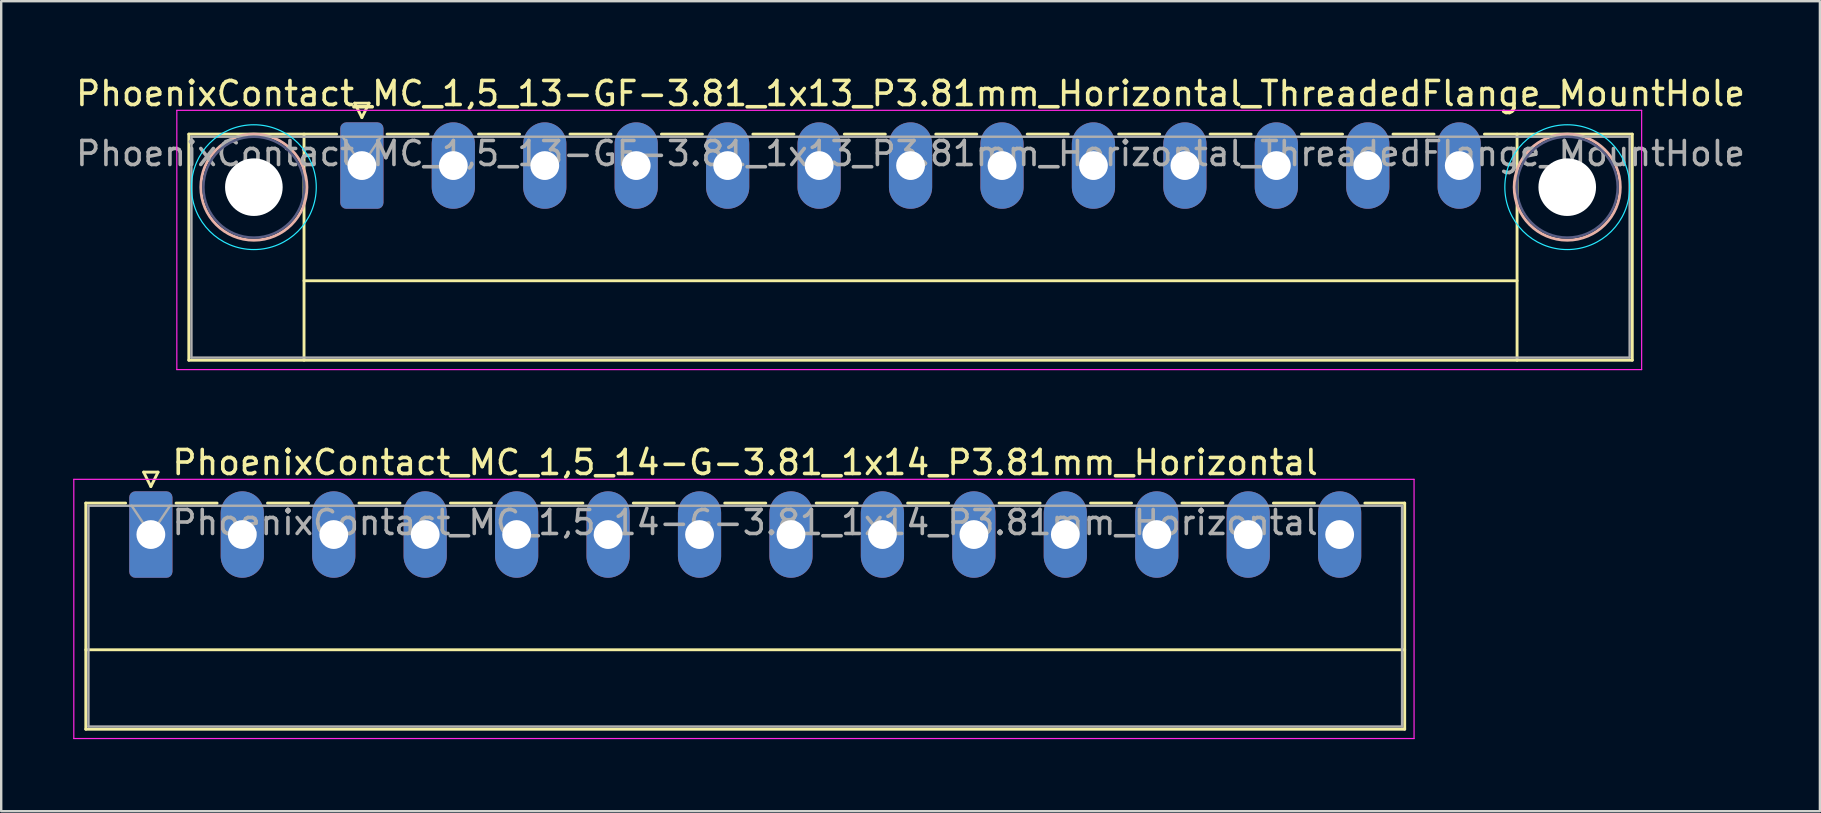
<source format=kicad_pcb>
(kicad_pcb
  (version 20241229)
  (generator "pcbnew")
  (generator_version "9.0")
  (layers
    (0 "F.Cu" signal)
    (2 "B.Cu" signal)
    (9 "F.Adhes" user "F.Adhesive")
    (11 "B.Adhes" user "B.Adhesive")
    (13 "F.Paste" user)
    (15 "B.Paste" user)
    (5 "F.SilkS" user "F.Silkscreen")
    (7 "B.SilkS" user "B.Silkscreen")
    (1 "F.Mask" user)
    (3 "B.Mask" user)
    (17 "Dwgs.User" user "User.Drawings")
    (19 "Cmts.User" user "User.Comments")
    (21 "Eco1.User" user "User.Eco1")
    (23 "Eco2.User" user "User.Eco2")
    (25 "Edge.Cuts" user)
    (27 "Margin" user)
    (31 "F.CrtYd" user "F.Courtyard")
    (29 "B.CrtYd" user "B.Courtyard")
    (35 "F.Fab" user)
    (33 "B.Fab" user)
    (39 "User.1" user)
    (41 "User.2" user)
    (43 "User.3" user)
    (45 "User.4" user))
  (footprint "PhoenixContact_MC_1,5_13-GF-3.81_1x13_P3.81mm_Horizontal_ThreadedFlange_MountHole"
    (layer "F.Cu")
    (at 12.027 3.848)
    (property "Reference" "PhoenixContact_MC_1,5_13-GF-3.81_1x13_P3.81mm_Horizontal_ThreadedFlange_MountHole" (at 22.86 -3 0) (layer "F.SilkS") (effects (font (size 1 1) (thickness 0.15))))
    (attr through_hole)
    (fp_line (start -7.21 -1.31) (end -7.21 8.11) (stroke (width 0.12) (type solid)) (layer "F.SilkS"))
    (fp_line (start -7.21 -1.31) (end -1.05 -1.31) (stroke (width 0.12) (type solid)) (layer "F.SilkS"))
    (fp_line (start -7.21 8.11) (end 52.93 8.11) (stroke (width 0.12) (type solid)) (layer "F.SilkS"))
    (fp_line (start -2.41 -1.31) (end -2.41 8.11) (stroke (width 0.12) (type solid)) (layer "F.SilkS"))
    (fp_line (start -2.41 4.8) (end 48.13 4.8) (stroke (width 0.12) (type solid)) (layer "F.SilkS"))
    (fp_line (start -0.3 -2.6) (end 0.3 -2.6) (stroke (width 0.12) (type solid)) (layer "F.SilkS"))
    (fp_line (start 0 -2) (end -0.3 -2.6) (stroke (width 0.12) (type solid)) (layer "F.SilkS"))
    (fp_line (start 0.3 -2.6) (end 0 -2) (stroke (width 0.12) (type solid)) (layer "F.SilkS"))
    (fp_line (start 1.05 -1.31) (end 2.76 -1.31) (stroke (width 0.12) (type solid)) (layer "F.SilkS"))
    (fp_line (start 4.86 -1.31) (end 6.57 -1.31) (stroke (width 0.12) (type solid)) (layer "F.SilkS"))
    (fp_line (start 8.67 -1.31) (end 10.38 -1.31) (stroke (width 0.12) (type solid)) (layer "F.SilkS"))
    (fp_line (start 12.48 -1.31) (end 14.19 -1.31) (stroke (width 0.12) (type solid)) (layer "F.SilkS"))
    (fp_line (start 16.29 -1.31) (end 18 -1.31) (stroke (width 0.12) (type solid)) (layer "F.SilkS"))
    (fp_line (start 20.1 -1.31) (end 21.81 -1.31) (stroke (width 0.12) (type solid)) (layer "F.SilkS"))
    (fp_line (start 23.91 -1.31) (end 25.62 -1.31) (stroke (width 0.12) (type solid)) (layer "F.SilkS"))
    (fp_line (start 27.72 -1.31) (end 29.43 -1.31) (stroke (width 0.12) (type solid)) (layer "F.SilkS"))
    (fp_line (start 31.53 -1.31) (end 33.24 -1.31) (stroke (width 0.12) (type solid)) (layer "F.SilkS"))
    (fp_line (start 35.34 -1.31) (end 37.05 -1.31) (stroke (width 0.12) (type solid)) (layer "F.SilkS"))
    (fp_line (start 39.15 -1.31) (end 40.86 -1.31) (stroke (width 0.12) (type solid)) (layer "F.SilkS"))
    (fp_line (start 42.96 -1.31) (end 44.67 -1.31) (stroke (width 0.12) (type solid)) (layer "F.SilkS"))
    (fp_line (start 48.13 -1.31) (end 48.13 8.11) (stroke (width 0.12) (type solid)) (layer "F.SilkS"))
    (fp_line (start 52.93 -1.31) (end 46.77 -1.31) (stroke (width 0.12) (type solid)) (layer "F.SilkS"))
    (fp_line (start 52.93 8.11) (end 52.93 -1.31) (stroke (width 0.12) (type solid)) (layer "F.SilkS"))
    (fp_circle (center -4.5 0.9) (end -2.29 0.9) (stroke (width 0.12) (type solid)) (fill no) (layer "B.SilkS"))
    (fp_circle (center 50.22 0.9) (end 52.43 0.9) (stroke (width 0.12) (type solid)) (fill no) (layer "B.SilkS"))
    (fp_circle (center -4.5 0.9) (end -1.9 0.9) (stroke (width 0.05) (type solid)) (fill no) (layer "B.CrtYd"))
    (fp_circle (center 50.22 0.9) (end 52.82 0.9) (stroke (width 0.05) (type solid)) (fill no) (layer "B.CrtYd"))
    (fp_line (start -7.71 -2.3) (end -7.71 8.5) (stroke (width 0.05) (type solid)) (layer "F.CrtYd"))
    (fp_line (start -7.71 8.5) (end 53.32 8.5) (stroke (width 0.05) (type solid)) (layer "F.CrtYd"))
    (fp_line (start 53.32 -2.3) (end -7.71 -2.3) (stroke (width 0.05) (type solid)) (layer "F.CrtYd"))
    (fp_line (start 53.32 8.5) (end 53.32 -2.3) (stroke (width 0.05) (type solid)) (layer "F.CrtYd"))
    (fp_circle (center -4.5 0.9) (end -2.4 0.9) (stroke (width 0.1) (type solid)) (fill no) (layer "B.Fab"))
    (fp_circle (center 50.22 0.9) (end 52.32 0.9) (stroke (width 0.1) (type solid)) (fill no) (layer "B.Fab"))
    (fp_line (start -7.1 -1.2) (end -7.1 8) (stroke (width 0.1) (type solid)) (layer "F.Fab"))
    (fp_line (start -7.1 8) (end 52.82 8) (stroke (width 0.1) (type solid)) (layer "F.Fab"))
    (fp_line (start 0 0) (end -0.8 -1.2) (stroke (width 0.1) (type solid)) (layer "F.Fab"))
    (fp_line (start 0.8 -1.2) (end 0 0) (stroke (width 0.1) (type solid)) (layer "F.Fab"))
    (fp_line (start 52.82 -1.2) (end -7.1 -1.2) (stroke (width 0.1) (type solid)) (layer "F.Fab"))
    (fp_line (start 52.82 8) (end 52.82 -1.2) (stroke (width 0.1) (type solid)) (layer "F.Fab"))
    (fp_text user "${REFERENCE}" (at 22.86 -0.5 0) (layer "F.Fab") (effects (font (size 1 1) (thickness 0.15))))
    (pad "" np_thru_hole circle (at -4.5 0.9) (size 2.4 2.4) (drill 2.4) (layers "*.Cu" "*.Mask"))
    (pad "" np_thru_hole circle (at 50.22 0.9) (size 2.4 2.4) (drill 2.4) (layers "*.Cu" "*.Mask"))
    (pad "1" thru_hole roundrect (at 0 0) (size 1.8 3.6) (drill 1.2) (layers "*.Cu" "*.Mask") (roundrect_rratio 0.139))
    (pad "2" thru_hole oval (at 3.81 0) (size 1.8 3.6) (drill 1.2) (layers "*.Cu" "*.Mask"))
    (pad "3" thru_hole oval (at 7.62 0) (size 1.8 3.6) (drill 1.2) (layers "*.Cu" "*.Mask"))
    (pad "4" thru_hole oval (at 11.43 0) (size 1.8 3.6) (drill 1.2) (layers "*.Cu" "*.Mask"))
    (pad "5" thru_hole oval (at 15.24 0) (size 1.8 3.6) (drill 1.2) (layers "*.Cu" "*.Mask"))
    (pad "6" thru_hole oval (at 19.05 0) (size 1.8 3.6) (drill 1.2) (layers "*.Cu" "*.Mask"))
    (pad "7" thru_hole oval (at 22.86 0) (size 1.8 3.6) (drill 1.2) (layers "*.Cu" "*.Mask"))
    (pad "8" thru_hole oval (at 26.67 0) (size 1.8 3.6) (drill 1.2) (layers "*.Cu" "*.Mask"))
    (pad "9" thru_hole oval (at 30.48 0) (size 1.8 3.6) (drill 1.2) (layers "*.Cu" "*.Mask"))
    (pad "10" thru_hole oval (at 34.29 0) (size 1.8 3.6) (drill 1.2) (layers "*.Cu" "*.Mask"))
    (pad "11" thru_hole oval (at 38.1 0) (size 1.8 3.6) (drill 1.2) (layers "*.Cu" "*.Mask"))
    (pad "12" thru_hole oval (at 41.91 0) (size 1.8 3.6) (drill 1.2) (layers "*.Cu" "*.Mask"))
    (pad "13" thru_hole oval (at 45.72 0) (size 1.8 3.6) (drill 1.2) (layers "*.Cu" "*.Mask")))
  (footprint "PhoenixContact_MC_1,5_14-G-3.81_1x14_P3.81mm_Horizontal"
    (layer "F.Cu")
    (at 3.235 19.221)
    (property "Reference" "PhoenixContact_MC_1,5_14-G-3.81_1x14_P3.81mm_Horizontal" (at 24.76 -3 0) (layer "F.SilkS") (effects (font (size 1 1) (thickness 0.15))))
    (attr through_hole)
    (fp_line (start -2.71 -1.31) (end -2.71 8.11) (stroke (width 0.12) (type solid)) (layer "F.SilkS"))
    (fp_line (start -2.71 -1.31) (end -1.05 -1.31) (stroke (width 0.12) (type solid)) (layer "F.SilkS"))
    (fp_line (start -2.71 4.8) (end 52.24 4.8) (stroke (width 0.12) (type solid)) (layer "F.SilkS"))
    (fp_line (start -2.71 8.11) (end 52.24 8.11) (stroke (width 0.12) (type solid)) (layer "F.SilkS"))
    (fp_line (start -0.3 -2.6) (end 0.3 -2.6) (stroke (width 0.12) (type solid)) (layer "F.SilkS"))
    (fp_line (start 0 -2) (end -0.3 -2.6) (stroke (width 0.12) (type solid)) (layer "F.SilkS"))
    (fp_line (start 0.3 -2.6) (end 0 -2) (stroke (width 0.12) (type solid)) (layer "F.SilkS"))
    (fp_line (start 1.05 -1.31) (end 2.76 -1.31) (stroke (width 0.12) (type solid)) (layer "F.SilkS"))
    (fp_line (start 4.86 -1.31) (end 6.57 -1.31) (stroke (width 0.12) (type solid)) (layer "F.SilkS"))
    (fp_line (start 8.67 -1.31) (end 10.38 -1.31) (stroke (width 0.12) (type solid)) (layer "F.SilkS"))
    (fp_line (start 12.48 -1.31) (end 14.19 -1.31) (stroke (width 0.12) (type solid)) (layer "F.SilkS"))
    (fp_line (start 16.29 -1.31) (end 18 -1.31) (stroke (width 0.12) (type solid)) (layer "F.SilkS"))
    (fp_line (start 20.1 -1.31) (end 21.81 -1.31) (stroke (width 0.12) (type solid)) (layer "F.SilkS"))
    (fp_line (start 23.91 -1.31) (end 25.62 -1.31) (stroke (width 0.12) (type solid)) (layer "F.SilkS"))
    (fp_line (start 27.72 -1.31) (end 29.43 -1.31) (stroke (width 0.12) (type solid)) (layer "F.SilkS"))
    (fp_line (start 31.53 -1.31) (end 33.24 -1.31) (stroke (width 0.12) (type solid)) (layer "F.SilkS"))
    (fp_line (start 35.34 -1.31) (end 37.05 -1.31) (stroke (width 0.12) (type solid)) (layer "F.SilkS"))
    (fp_line (start 39.15 -1.31) (end 40.86 -1.31) (stroke (width 0.12) (type solid)) (layer "F.SilkS"))
    (fp_line (start 42.96 -1.31) (end 44.67 -1.31) (stroke (width 0.12) (type solid)) (layer "F.SilkS"))
    (fp_line (start 46.77 -1.31) (end 48.48 -1.31) (stroke (width 0.12) (type solid)) (layer "F.SilkS"))
    (fp_line (start 52.24 -1.31) (end 50.58 -1.31) (stroke (width 0.12) (type solid)) (layer "F.SilkS"))
    (fp_line (start 52.24 8.11) (end 52.24 -1.31) (stroke (width 0.12) (type solid)) (layer "F.SilkS"))
    (fp_line (start -3.21 -2.3) (end -3.21 8.5) (stroke (width 0.05) (type solid)) (layer "F.CrtYd"))
    (fp_line (start -3.21 8.5) (end 52.63 8.5) (stroke (width 0.05) (type solid)) (layer "F.CrtYd"))
    (fp_line (start 52.63 -2.3) (end -3.21 -2.3) (stroke (width 0.05) (type solid)) (layer "F.CrtYd"))
    (fp_line (start 52.63 8.5) (end 52.63 -2.3) (stroke (width 0.05) (type solid)) (layer "F.CrtYd"))
    (fp_line (start -2.6 -1.2) (end -2.6 8) (stroke (width 0.1) (type solid)) (layer "F.Fab"))
    (fp_line (start -2.6 8) (end 52.13 8) (stroke (width 0.1) (type solid)) (layer "F.Fab"))
    (fp_line (start 0 0) (end -0.8 -1.2) (stroke (width 0.1) (type solid)) (layer "F.Fab"))
    (fp_line (start 0.8 -1.2) (end 0 0) (stroke (width 0.1) (type solid)) (layer "F.Fab"))
    (fp_line (start 52.13 -1.2) (end -2.6 -1.2) (stroke (width 0.1) (type solid)) (layer "F.Fab"))
    (fp_line (start 52.13 8) (end 52.13 -1.2) (stroke (width 0.1) (type solid)) (layer "F.Fab"))
    (fp_text user "${REFERENCE}" (at 24.76 -0.5 0) (layer "F.Fab") (effects (font (size 1 1) (thickness 0.15))))
    (pad "1" thru_hole roundrect (at 0 0) (size 1.8 3.6) (drill 1.2) (layers "*.Cu" "*.Mask") (roundrect_rratio 0.139))
    (pad "2" thru_hole oval (at 3.81 0) (size 1.8 3.6) (drill 1.2) (layers "*.Cu" "*.Mask"))
    (pad "3" thru_hole oval (at 7.62 0) (size 1.8 3.6) (drill 1.2) (layers "*.Cu" "*.Mask"))
    (pad "4" thru_hole oval (at 11.43 0) (size 1.8 3.6) (drill 1.2) (layers "*.Cu" "*.Mask"))
    (pad "5" thru_hole oval (at 15.24 0) (size 1.8 3.6) (drill 1.2) (layers "*.Cu" "*.Mask"))
    (pad "6" thru_hole oval (at 19.05 0) (size 1.8 3.6) (drill 1.2) (layers "*.Cu" "*.Mask"))
    (pad "7" thru_hole oval (at 22.86 0) (size 1.8 3.6) (drill 1.2) (layers "*.Cu" "*.Mask"))
    (pad "8" thru_hole oval (at 26.67 0) (size 1.8 3.6) (drill 1.2) (layers "*.Cu" "*.Mask"))
    (pad "9" thru_hole oval (at 30.48 0) (size 1.8 3.6) (drill 1.2) (layers "*.Cu" "*.Mask"))
    (pad "10" thru_hole oval (at 34.29 0) (size 1.8 3.6) (drill 1.2) (layers "*.Cu" "*.Mask"))
    (pad "11" thru_hole oval (at 38.1 0) (size 1.8 3.6) (drill 1.2) (layers "*.Cu" "*.Mask"))
    (pad "12" thru_hole oval (at 41.91 0) (size 1.8 3.6) (drill 1.2) (layers "*.Cu" "*.Mask"))
    (pad "13" thru_hole oval (at 45.72 0) (size 1.8 3.6) (drill 1.2) (layers "*.Cu" "*.Mask"))
    (pad "14" thru_hole oval (at 49.53 0) (size 1.8 3.6) (drill 1.2) (layers "*.Cu" "*.Mask")))
  (gr_rect
    (start -3 -3)
    (end 72.774 30.747)
    (stroke (width 0.1) (type default))
    (fill no)
    (layer "Edge.Cuts")))
</source>
